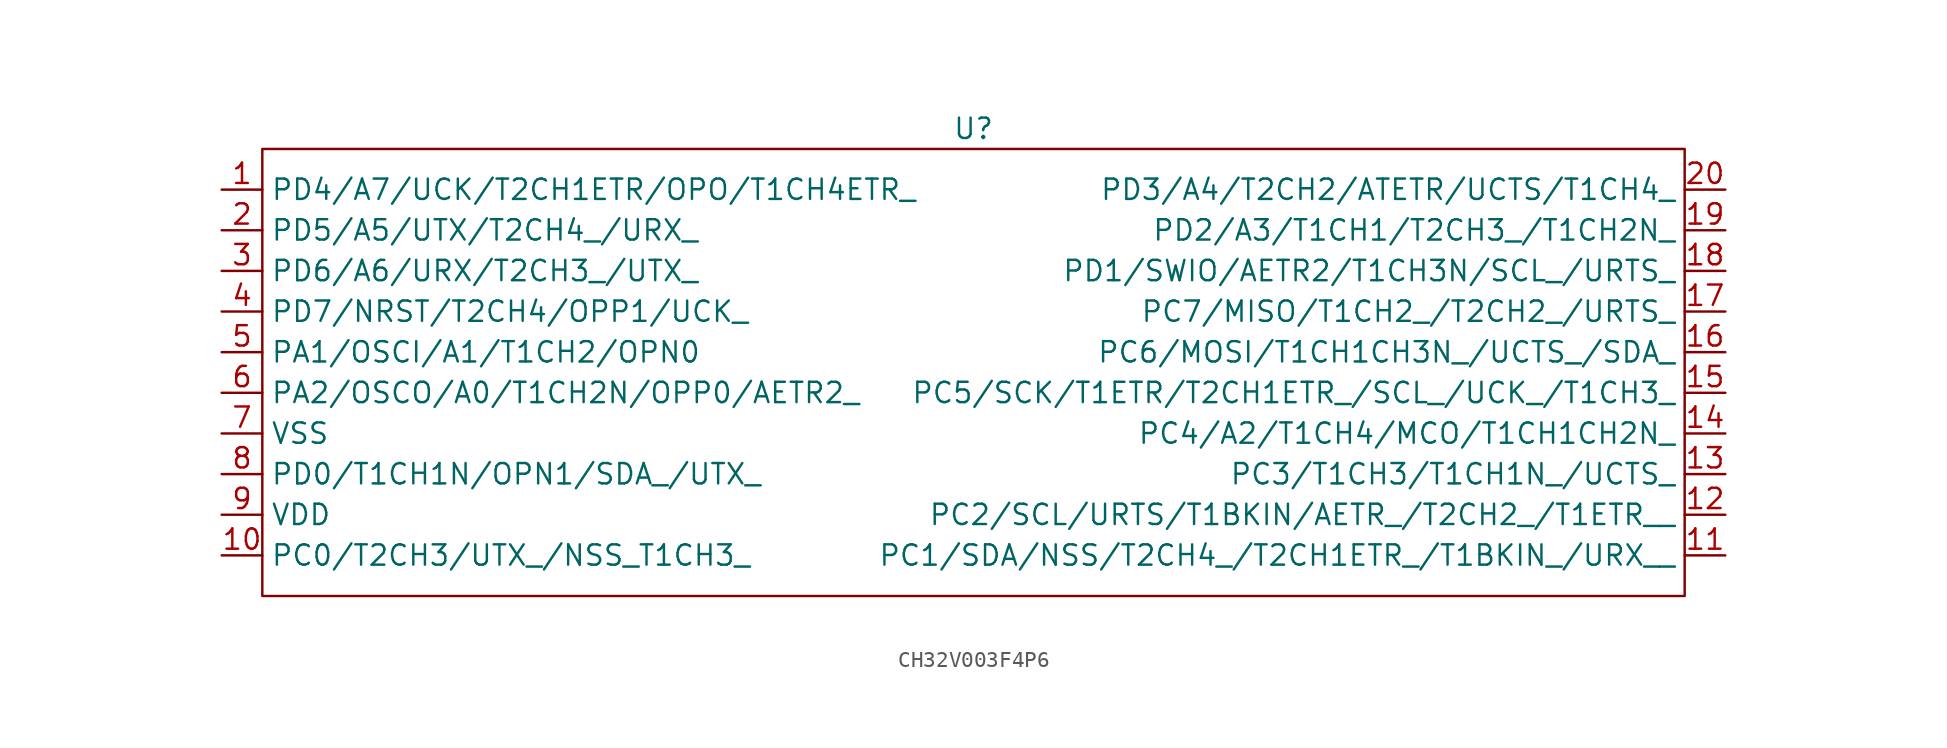
<source format=kicad_sym>
(kicad_symbol_lib
  (version 20220914)
  (generator kicad_symbol_editor)
  (symbol "CH32V003F4P6"
    (property "Reference" "U"
      (at 0 1.27 0)
      (effects (font (size 1.27 1.27))))
    (property "Value" ""
      (at 0 1.27 0)
      (effects (font (size 1.27 1.27))))
    (symbol "CH32V003F4P6_0_1"
      (rectangle (start -44.45 0) (end 44.45 -27.94) (stroke (width 0) (type default)) (fill (type none))))
    (symbol "CH32V003F4P6_1_1"
      (pin bidirectional line (at -46.99 -2.54 0) (length 2.54) (name "PD4/A7/UCK/T2CH1ETR/OPO/T1CH4ETR_" (effects (font (size 1.27 1.27)))) (number "1" (effects (font (size 1.27 1.27)))))
      (pin bidirectional line (at -46.99 -25.4 0) (length 2.54) (name "PC0/T2CH3/UTX_/NSS_T1CH3_" (effects (font (size 1.27 1.27)))) (number "10" (effects (font (size 1.27 1.27)))))
      (pin bidirectional line (at 46.99 -25.4 180) (length 2.54) (name "PC1/SDA/NSS/T2CH4_/T2CH1ETR_/T1BKIN_/URX__" (effects (font (size 1.27 1.27)))) (number "11" (effects (font (size 1.27 1.27)))))
      (pin bidirectional line (at 46.99 -22.86 180) (length 2.54) (name "PC2/SCL/URTS/T1BKIN/AETR_/T2CH2_/T1ETR__" (effects (font (size 1.27 1.27)))) (number "12" (effects (font (size 1.27 1.27)))))
      (pin bidirectional line (at 46.99 -20.32 180) (length 2.54) (name "PC3/T1CH3/T1CH1N_/UCTS_" (effects (font (size 1.27 1.27)))) (number "13" (effects (font (size 1.27 1.27)))))
      (pin bidirectional line (at 46.99 -17.78 180) (length 2.54) (name "PC4/A2/T1CH4/MCO/T1CH1CH2N_" (effects (font (size 1.27 1.27)))) (number "14" (effects (font (size 1.27 1.27)))))
      (pin bidirectional line (at 46.99 -15.24 180) (length 2.54) (name "PC5/SCK/T1ETR/T2CH1ETR_/SCL_/UCK_/T1CH3_" (effects (font (size 1.27 1.27)))) (number "15" (effects (font (size 1.27 1.27)))))
      (pin bidirectional line (at 46.99 -12.7 180) (length 2.54) (name "PC6/MOSI/T1CH1CH3N_/UCTS_/SDA_" (effects (font (size 1.27 1.27)))) (number "16" (effects (font (size 1.27 1.27)))))
      (pin bidirectional line (at 46.99 -10.16 180) (length 2.54) (name "PC7/MISO/T1CH2_/T2CH2_/URTS_" (effects (font (size 1.27 1.27)))) (number "17" (effects (font (size 1.27 1.27)))))
      (pin bidirectional line (at 46.99 -7.62 180) (length 2.54) (name "PD1/SWIO/AETR2/T1CH3N/SCL_/URTS_" (effects (font (size 1.27 1.27)))) (number "18" (effects (font (size 1.27 1.27)))))
      (pin bidirectional line (at 46.99 -5.08 180) (length 2.54) (name "PD2/A3/T1CH1/T2CH3_/T1CH2N_" (effects (font (size 1.27 1.27)))) (number "19" (effects (font (size 1.27 1.27)))))
      (pin bidirectional line (at -46.99 -5.08 0) (length 2.54) (name "PD5/A5/UTX/T2CH4_/URX_" (effects (font (size 1.27 1.27)))) (number "2" (effects (font (size 1.27 1.27)))))
      (pin bidirectional line (at 46.99 -2.54 180) (length 2.54) (name "PD3/A4/T2CH2/ATETR/UCTS/T1CH4_" (effects (font (size 1.27 1.27)))) (number "20" (effects (font (size 1.27 1.27)))))
      (pin bidirectional line (at -46.99 -7.62 0) (length 2.54) (name "PD6/A6/URX/T2CH3_/UTX_" (effects (font (size 1.27 1.27)))) (number "3" (effects (font (size 1.27 1.27)))))
      (pin bidirectional line (at -46.99 -10.16 0) (length 2.54) (name "PD7/NRST/T2CH4/OPP1/UCK_" (effects (font (size 1.27 1.27)))) (number "4" (effects (font (size 1.27 1.27)))))
      (pin bidirectional line (at -46.99 -12.7 0) (length 2.54) (name "PA1/OSCI/A1/T1CH2/OPN0" (effects (font (size 1.27 1.27)))) (number "5" (effects (font (size 1.27 1.27)))))
      (pin bidirectional line (at -46.99 -15.24 0) (length 2.54) (name "PA2/OSCO/A0/T1CH2N/OPP0/AETR2_" (effects (font (size 1.27 1.27)))) (number "6" (effects (font (size 1.27 1.27)))))
      (pin power_in line (at -46.99 -17.78 0) (length 2.54) (name "VSS" (effects (font (size 1.27 1.27)))) (number "7" (effects (font (size 1.27 1.27)))))
      (pin bidirectional line (at -46.99 -20.32 0) (length 2.54) (name "PD0/T1CH1N/OPN1/SDA_/UTX_" (effects (font (size 1.27 1.27)))) (number "8" (effects (font (size 1.27 1.27)))))
      (pin power_in line (at -46.99 -22.86 0) (length 2.54) (name "VDD" (effects (font (size 1.27 1.27)))) (number "9" (effects (font (size 1.27 1.27))))))))
</source>
